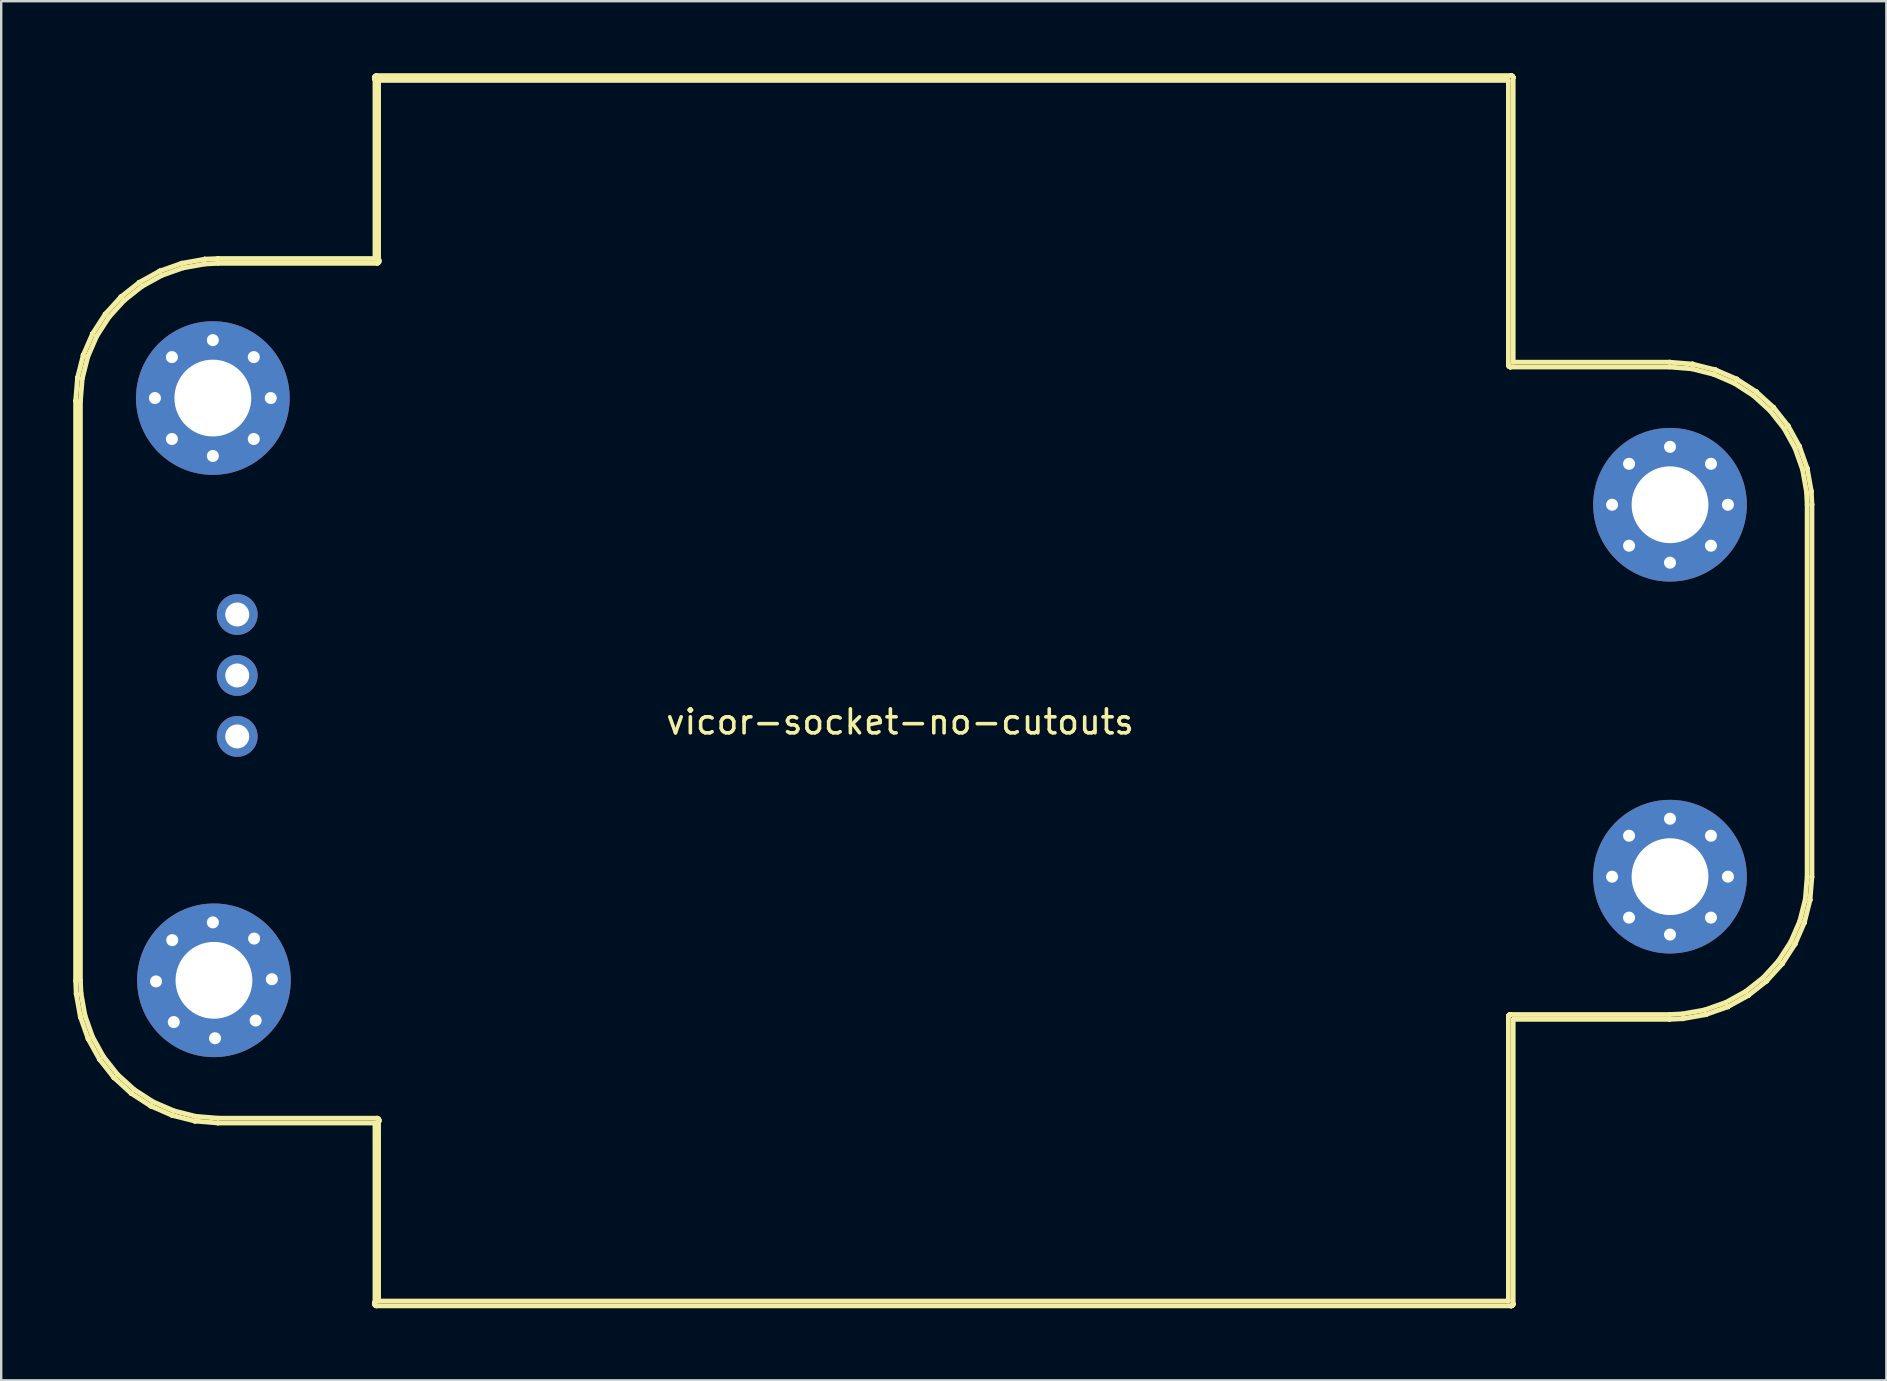
<source format=kicad_pcb>
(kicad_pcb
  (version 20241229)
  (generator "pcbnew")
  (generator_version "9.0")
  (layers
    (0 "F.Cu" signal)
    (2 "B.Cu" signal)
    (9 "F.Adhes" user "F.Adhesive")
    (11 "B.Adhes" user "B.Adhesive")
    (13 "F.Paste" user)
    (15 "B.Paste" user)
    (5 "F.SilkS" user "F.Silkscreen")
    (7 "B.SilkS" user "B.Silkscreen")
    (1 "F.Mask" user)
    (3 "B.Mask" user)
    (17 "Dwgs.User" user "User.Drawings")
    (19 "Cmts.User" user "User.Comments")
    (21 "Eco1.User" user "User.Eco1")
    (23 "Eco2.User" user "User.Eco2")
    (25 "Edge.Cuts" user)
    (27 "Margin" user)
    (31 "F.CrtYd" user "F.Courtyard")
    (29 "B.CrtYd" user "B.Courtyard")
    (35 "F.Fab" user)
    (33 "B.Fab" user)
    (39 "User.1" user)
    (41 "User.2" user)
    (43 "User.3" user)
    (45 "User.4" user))
  (footprint "vicor-socket-no-cutouts"
    (layer "F.Cu")
    (at 5.817 13.533)
    (property "Reference" "vicor-socket-no-cutouts" (at 28.631 13.492 0) (layer "F.SilkS") (effects (font (size 1 1) (thickness 0.15))))
    (attr through_hole)
    (fp_line (start -5.717 0.12) (end -5.716 0.116) (stroke (width 0.2) (type solid)) (layer "F.SilkS"))
    (fp_line (start -5.717 24.268) (end -5.717 0.12) (stroke (width 0.2) (type solid)) (layer "F.SilkS"))
    (fp_line (start -5.717 24.27) (end -5.717 24.268) (stroke (width 0.2) (type solid)) (layer "F.SilkS"))
    (fp_line (start -5.716 0.116) (end -5.638 -0.833) (stroke (width 0.2) (type solid)) (layer "F.SilkS"))
    (fp_line (start -5.691 24.813) (end -5.717 24.27) (stroke (width 0.2) (type solid)) (layer "F.SilkS"))
    (fp_line (start -5.69 24.819) (end -5.691 24.813) (stroke (width 0.2) (type solid)) (layer "F.SilkS"))
    (fp_line (start -5.69 24.824) (end -5.69 24.819) (stroke (width 0.2) (type solid)) (layer "F.SilkS"))
    (fp_line (start -5.69 24.826) (end -5.69 24.824) (stroke (width 0.2) (type solid)) (layer "F.SilkS"))
    (fp_line (start -5.638 -0.836) (end -5.637 -0.843) (stroke (width 0.2) (type solid)) (layer "F.SilkS"))
    (fp_line (start -5.638 -0.833) (end -5.638 -0.836) (stroke (width 0.2) (type solid)) (layer "F.SilkS"))
    (fp_line (start -5.637 -0.843) (end -5.636 -0.849) (stroke (width 0.2) (type solid)) (layer "F.SilkS"))
    (fp_line (start -5.636 -0.849) (end -5.402 -1.778) (stroke (width 0.2) (type solid)) (layer "F.SilkS"))
    (fp_line (start -5.522 25.769) (end -5.69 24.826) (stroke (width 0.2) (type solid)) (layer "F.SilkS"))
    (fp_line (start -5.52 25.776) (end -5.522 25.769) (stroke (width 0.2) (type solid)) (layer "F.SilkS"))
    (fp_line (start -5.518 25.782) (end -5.52 25.776) (stroke (width 0.2) (type solid)) (layer "F.SilkS"))
    (fp_line (start -5.517 0.133) (end -5.517 24.257) (stroke (width 0.2) (type solid)) (layer "F.SilkS"))
    (fp_line (start -5.517 24.257) (end -5.491 24.798) (stroke (width 0.2) (type solid)) (layer "F.SilkS"))
    (fp_line (start -5.517 25.785) (end -5.518 25.782) (stroke (width 0.2) (type solid)) (layer "F.SilkS"))
    (fp_line (start -5.491 24.798) (end -5.326 25.726) (stroke (width 0.2) (type solid)) (layer "F.SilkS"))
    (fp_line (start -5.44 -0.809) (end -5.517 0.133) (stroke (width 0.2) (type solid)) (layer "F.SilkS"))
    (fp_line (start -5.402 -1.78) (end -5.399 -1.787) (stroke (width 0.2) (type solid)) (layer "F.SilkS"))
    (fp_line (start -5.402 -1.778) (end -5.402 -1.78) (stroke (width 0.2) (type solid)) (layer "F.SilkS"))
    (fp_line (start -5.399 -1.787) (end -5.397 -1.794) (stroke (width 0.2) (type solid)) (layer "F.SilkS"))
    (fp_line (start -5.397 -1.794) (end -5.015 -2.671) (stroke (width 0.2) (type solid)) (layer "F.SilkS"))
    (fp_line (start -5.326 25.726) (end -5.012 26.613) (stroke (width 0.2) (type solid)) (layer "F.SilkS"))
    (fp_line (start -5.21 -1.721) (end -5.44 -0.809) (stroke (width 0.2) (type solid)) (layer "F.SilkS"))
    (fp_line (start -5.198 26.687) (end -5.517 25.785) (stroke (width 0.2) (type solid)) (layer "F.SilkS"))
    (fp_line (start -5.195 26.693) (end -5.198 26.687) (stroke (width 0.2) (type solid)) (layer "F.SilkS"))
    (fp_line (start -5.192 26.7) (end -5.195 26.693) (stroke (width 0.2) (type solid)) (layer "F.SilkS"))
    (fp_line (start -5.191 26.702) (end -5.192 26.7) (stroke (width 0.2) (type solid)) (layer "F.SilkS"))
    (fp_line (start -5.015 -2.671) (end -5.014 -2.674) (stroke (width 0.2) (type solid)) (layer "F.SilkS"))
    (fp_line (start -5.014 -2.674) (end -5.011 -2.68) (stroke (width 0.2) (type solid)) (layer "F.SilkS"))
    (fp_line (start -5.012 26.613) (end -4.557 27.436) (stroke (width 0.2) (type solid)) (layer "F.SilkS"))
    (fp_line (start -5.011 -2.68) (end -5.008 -2.686) (stroke (width 0.2) (type solid)) (layer "F.SilkS"))
    (fp_line (start -5.008 -2.686) (end -4.488 -3.49) (stroke (width 0.2) (type solid)) (layer "F.SilkS"))
    (fp_line (start -4.835 -2.584) (end -5.21 -1.721) (stroke (width 0.2) (type solid)) (layer "F.SilkS"))
    (fp_line (start -4.728 27.54) (end -5.191 26.702) (stroke (width 0.2) (type solid)) (layer "F.SilkS"))
    (fp_line (start -4.725 27.546) (end -4.728 27.54) (stroke (width 0.2) (type solid)) (layer "F.SilkS"))
    (fp_line (start -4.721 27.552) (end -4.725 27.546) (stroke (width 0.2) (type solid)) (layer "F.SilkS"))
    (fp_line (start -4.719 27.554) (end -4.721 27.552) (stroke (width 0.2) (type solid)) (layer "F.SilkS"))
    (fp_line (start -4.557 27.436) (end -3.974 28.175) (stroke (width 0.2) (type solid)) (layer "F.SilkS"))
    (fp_line (start -4.488 -3.49) (end -4.486 -3.492) (stroke (width 0.2) (type solid)) (layer "F.SilkS"))
    (fp_line (start -4.486 -3.492) (end -4.482 -3.497) (stroke (width 0.2) (type solid)) (layer "F.SilkS"))
    (fp_line (start -4.482 -3.497) (end -4.478 -3.503) (stroke (width 0.2) (type solid)) (layer "F.SilkS"))
    (fp_line (start -4.478 -3.503) (end -3.833 -4.211) (stroke (width 0.2) (type solid)) (layer "F.SilkS"))
    (fp_line (start -4.324 -3.374) (end -4.835 -2.584) (stroke (width 0.2) (type solid)) (layer "F.SilkS"))
    (fp_line (start -4.126 28.305) (end -4.719 27.554) (stroke (width 0.2) (type solid)) (layer "F.SilkS"))
    (fp_line (start -4.121 28.31) (end -4.126 28.305) (stroke (width 0.2) (type solid)) (layer "F.SilkS"))
    (fp_line (start -4.117 28.316) (end -4.121 28.31) (stroke (width 0.2) (type solid)) (layer "F.SilkS"))
    (fp_line (start -4.115 28.317) (end -4.117 28.316) (stroke (width 0.2) (type solid)) (layer "F.SilkS"))
    (fp_line (start -3.974 28.175) (end -3.278 28.808) (stroke (width 0.2) (type solid)) (layer "F.SilkS"))
    (fp_line (start -3.833 -4.211) (end -3.832 -4.213) (stroke (width 0.2) (type solid)) (layer "F.SilkS"))
    (fp_line (start -3.832 -4.213) (end -3.826 -4.217) (stroke (width 0.2) (type solid)) (layer "F.SilkS"))
    (fp_line (start -3.826 -4.217) (end -3.821 -4.222) (stroke (width 0.2) (type solid)) (layer "F.SilkS"))
    (fp_line (start -3.821 -4.222) (end -3.07 -4.815) (stroke (width 0.2) (type solid)) (layer "F.SilkS"))
    (fp_line (start -3.691 -4.07) (end -4.324 -3.374) (stroke (width 0.2) (type solid)) (layer "F.SilkS"))
    (fp_line (start -3.407 28.962) (end -4.115 28.317) (stroke (width 0.2) (type solid)) (layer "F.SilkS"))
    (fp_line (start -3.401 28.966) (end -3.407 28.962) (stroke (width 0.2) (type solid)) (layer "F.SilkS"))
    (fp_line (start -3.396 28.97) (end -3.401 28.966) (stroke (width 0.2) (type solid)) (layer "F.SilkS"))
    (fp_line (start -3.394 28.972) (end -3.396 28.97) (stroke (width 0.2) (type solid)) (layer "F.SilkS"))
    (fp_line (start -3.278 28.808) (end -2.488 29.319) (stroke (width 0.2) (type solid)) (layer "F.SilkS"))
    (fp_line (start -3.07 -4.815) (end -3.068 -4.817) (stroke (width 0.2) (type solid)) (layer "F.SilkS"))
    (fp_line (start -3.068 -4.817) (end -3.062 -4.821) (stroke (width 0.2) (type solid)) (layer "F.SilkS"))
    (fp_line (start -3.062 -4.821) (end -3.056 -4.824) (stroke (width 0.2) (type solid)) (layer "F.SilkS"))
    (fp_line (start -3.056 -4.824) (end -2.218 -5.287) (stroke (width 0.2) (type solid)) (layer "F.SilkS"))
    (fp_line (start -2.952 -4.653) (end -3.691 -4.07) (stroke (width 0.2) (type solid)) (layer "F.SilkS"))
    (fp_line (start -2.59 29.492) (end -3.394 28.972) (stroke (width 0.2) (type solid)) (layer "F.SilkS"))
    (fp_line (start -2.584 29.495) (end -2.59 29.492) (stroke (width 0.2) (type solid)) (layer "F.SilkS"))
    (fp_line (start -2.578 29.498) (end -2.584 29.495) (stroke (width 0.2) (type solid)) (layer "F.SilkS"))
    (fp_line (start -2.576 29.499) (end -2.578 29.498) (stroke (width 0.2) (type solid)) (layer "F.SilkS"))
    (fp_line (start -2.488 29.319) (end -1.625 29.694) (stroke (width 0.2) (type solid)) (layer "F.SilkS"))
    (fp_line (start -2.218 -5.287) (end -2.216 -5.288) (stroke (width 0.2) (type solid)) (layer "F.SilkS"))
    (fp_line (start -2.216 -5.288) (end -2.21 -5.291) (stroke (width 0.2) (type solid)) (layer "F.SilkS"))
    (fp_line (start -2.21 -5.291) (end -2.203 -5.294) (stroke (width 0.2) (type solid)) (layer "F.SilkS"))
    (fp_line (start -2.203 -5.294) (end -1.301 -5.613) (stroke (width 0.2) (type solid)) (layer "F.SilkS"))
    (fp_line (start -2.129 -5.108) (end -2.952 -4.653) (stroke (width 0.2) (type solid)) (layer "F.SilkS"))
    (fp_line (start -1.698 29.881) (end -2.576 29.499) (stroke (width 0.2) (type solid)) (layer "F.SilkS"))
    (fp_line (start -1.691 29.883) (end -1.698 29.881) (stroke (width 0.2) (type solid)) (layer "F.SilkS"))
    (fp_line (start -1.684 29.886) (end -1.691 29.883) (stroke (width 0.2) (type solid)) (layer "F.SilkS"))
    (fp_line (start -1.682 29.886) (end -1.684 29.886) (stroke (width 0.2) (type solid)) (layer "F.SilkS"))
    (fp_line (start -1.625 29.694) (end -0.713 29.924) (stroke (width 0.2) (type solid)) (layer "F.SilkS"))
    (fp_line (start -1.301 -5.613) (end -1.298 -5.614) (stroke (width 0.2) (type solid)) (layer "F.SilkS"))
    (fp_line (start -1.298 -5.614) (end -1.292 -5.616) (stroke (width 0.2) (type solid)) (layer "F.SilkS"))
    (fp_line (start -1.292 -5.616) (end -1.285 -5.617) (stroke (width 0.2) (type solid)) (layer "F.SilkS"))
    (fp_line (start -1.285 -5.617) (end -0.342 -5.785) (stroke (width 0.2) (type solid)) (layer "F.SilkS"))
    (fp_line (start -1.242 -5.422) (end -2.129 -5.108) (stroke (width 0.2) (type solid)) (layer "F.SilkS"))
    (fp_line (start -0.754 30.12) (end -1.682 29.886) (stroke (width 0.2) (type solid)) (layer "F.SilkS"))
    (fp_line (start -0.747 30.121) (end -0.754 30.12) (stroke (width 0.2) (type solid)) (layer "F.SilkS"))
    (fp_line (start -0.74 30.122) (end -0.747 30.121) (stroke (width 0.2) (type solid)) (layer "F.SilkS"))
    (fp_line (start -0.737 30.122) (end -0.74 30.122) (stroke (width 0.2) (type solid)) (layer "F.SilkS"))
    (fp_line (start -0.713 29.924) (end 0.229 30.001) (stroke (width 0.2) (type solid)) (layer "F.SilkS"))
    (fp_line (start -0.342 -5.785) (end -0.34 -5.786) (stroke (width 0.2) (type solid)) (layer "F.SilkS"))
    (fp_line (start -0.34 -5.786) (end -0.335 -5.786) (stroke (width 0.2) (type solid)) (layer "F.SilkS"))
    (fp_line (start -0.335 -5.786) (end -0.329 -5.787) (stroke (width 0.2) (type solid)) (layer "F.SilkS"))
    (fp_line (start -0.329 -5.787) (end 0.214 -5.812) (stroke (width 0.2) (type solid)) (layer "F.SilkS"))
    (fp_line (start -0.314 -5.587) (end -1.242 -5.422) (stroke (width 0.2) (type solid)) (layer "F.SilkS"))
    (fp_line (start 0.212 30.2) (end -0.737 30.122) (stroke (width 0.2) (type solid)) (layer "F.SilkS"))
    (fp_line (start 0.214 -5.812) (end 0.216 -5.813) (stroke (width 0.2) (type solid)) (layer "F.SilkS"))
    (fp_line (start 0.216 -5.813) (end 6.754 -5.813) (stroke (width 0.2) (type solid)) (layer "F.SilkS"))
    (fp_line (start 0.216 30.201) (end 0.212 30.2) (stroke (width 0.2) (type solid)) (layer "F.SilkS"))
    (fp_line (start 0.227 -5.613) (end -0.314 -5.587) (stroke (width 0.2) (type solid)) (layer "F.SilkS"))
    (fp_line (start 0.229 30.001) (end 6.838 30.001) (stroke (width 0.2) (type solid)) (layer "F.SilkS"))
    (fp_line (start 6.729 -13.351) (end 6.741 -13.384) (stroke (width 0.2) (type solid)) (layer "F.SilkS"))
    (fp_line (start 6.729 -13.315) (end 6.729 -13.351) (stroke (width 0.2) (type solid)) (layer "F.SilkS"))
    (fp_line (start 6.729 37.703) (end 6.741 37.67) (stroke (width 0.2) (type solid)) (layer "F.SilkS"))
    (fp_line (start 6.729 37.739) (end 6.729 37.703) (stroke (width 0.2) (type solid)) (layer "F.SilkS"))
    (fp_line (start 6.741 -13.384) (end 6.764 -13.411) (stroke (width 0.2) (type solid)) (layer "F.SilkS"))
    (fp_line (start 6.741 -13.282) (end 6.729 -13.315) (stroke (width 0.2) (type solid)) (layer "F.SilkS"))
    (fp_line (start 6.741 37.67) (end 6.754 37.655) (stroke (width 0.2) (type solid)) (layer "F.SilkS"))
    (fp_line (start 6.741 37.772) (end 6.729 37.739) (stroke (width 0.2) (type solid)) (layer "F.SilkS"))
    (fp_line (start 6.754 -13.267) (end 6.741 -13.282) (stroke (width 0.2) (type solid)) (layer "F.SilkS"))
    (fp_line (start 6.754 -5.813) (end 6.754 -13.267) (stroke (width 0.2) (type solid)) (layer "F.SilkS"))
    (fp_line (start 6.754 30.201) (end 0.216 30.201) (stroke (width 0.2) (type solid)) (layer "F.SilkS"))
    (fp_line (start 6.754 37.655) (end 6.754 30.201) (stroke (width 0.2) (type solid)) (layer "F.SilkS"))
    (fp_line (start 6.764 -13.411) (end 6.794 -13.428) (stroke (width 0.2) (type solid)) (layer "F.SilkS"))
    (fp_line (start 6.764 37.799) (end 6.741 37.772) (stroke (width 0.2) (type solid)) (layer "F.SilkS"))
    (fp_line (start 6.794 -13.428) (end 6.82 -13.433) (stroke (width 0.2) (type solid)) (layer "F.SilkS"))
    (fp_line (start 6.794 37.816) (end 6.764 37.799) (stroke (width 0.2) (type solid)) (layer "F.SilkS"))
    (fp_line (start 6.82 -13.433) (end 54.082 -13.433) (stroke (width 0.2) (type solid)) (layer "F.SilkS"))
    (fp_line (start 6.82 37.821) (end 6.794 37.816) (stroke (width 0.2) (type solid)) (layer "F.SilkS"))
    (fp_line (start 6.838 -5.613) (end 0.227 -5.613) (stroke (width 0.2) (type solid)) (layer "F.SilkS"))
    (fp_line (start 6.838 30.001) (end 6.864 30.006) (stroke (width 0.2) (type solid)) (layer "F.SilkS"))
    (fp_line (start 6.864 -5.617) (end 6.838 -5.613) (stroke (width 0.2) (type solid)) (layer "F.SilkS"))
    (fp_line (start 6.864 30.006) (end 6.894 30.023) (stroke (width 0.2) (type solid)) (layer "F.SilkS"))
    (fp_line (start 6.894 -5.635) (end 6.864 -5.617) (stroke (width 0.2) (type solid)) (layer "F.SilkS"))
    (fp_line (start 6.894 30.023) (end 6.917 30.05) (stroke (width 0.2) (type solid)) (layer "F.SilkS"))
    (fp_line (start 6.904 -13.233) (end 6.904 -5.779) (stroke (width 0.2) (type solid)) (layer "F.SilkS"))
    (fp_line (start 6.904 -5.779) (end 6.917 -5.764) (stroke (width 0.2) (type solid)) (layer "F.SilkS"))
    (fp_line (start 6.904 30.167) (end 6.904 37.621) (stroke (width 0.2) (type solid)) (layer "F.SilkS"))
    (fp_line (start 6.904 37.621) (end 53.973 37.621) (stroke (width 0.2) (type solid)) (layer "F.SilkS"))
    (fp_line (start 6.917 -5.764) (end 6.929 -5.731) (stroke (width 0.2) (type solid)) (layer "F.SilkS"))
    (fp_line (start 6.917 -5.662) (end 6.894 -5.635) (stroke (width 0.2) (type solid)) (layer "F.SilkS"))
    (fp_line (start 6.917 30.05) (end 6.929 30.083) (stroke (width 0.2) (type solid)) (layer "F.SilkS"))
    (fp_line (start 6.917 30.152) (end 6.904 30.167) (stroke (width 0.2) (type solid)) (layer "F.SilkS"))
    (fp_line (start 6.929 -5.731) (end 6.929 -5.695) (stroke (width 0.2) (type solid)) (layer "F.SilkS"))
    (fp_line (start 6.929 -5.695) (end 6.917 -5.662) (stroke (width 0.2) (type solid)) (layer "F.SilkS"))
    (fp_line (start 6.929 30.083) (end 6.929 30.119) (stroke (width 0.2) (type solid)) (layer "F.SilkS"))
    (fp_line (start 6.929 30.119) (end 6.917 30.152) (stroke (width 0.2) (type solid)) (layer "F.SilkS"))
    (fp_line (start 53.973 -13.233) (end 6.904 -13.233) (stroke (width 0.2) (type solid)) (layer "F.SilkS"))
    (fp_line (start 53.973 -1.413) (end 53.973 -13.233) (stroke (width 0.2) (type solid)) (layer "F.SilkS"))
    (fp_line (start 53.973 -1.377) (end 53.973 -1.413) (stroke (width 0.2) (type solid)) (layer "F.SilkS"))
    (fp_line (start 53.973 25.765) (end 53.976 25.757) (stroke (width 0.2) (type solid)) (layer "F.SilkS"))
    (fp_line (start 53.973 25.774) (end 53.973 25.765) (stroke (width 0.2) (type solid)) (layer "F.SilkS"))
    (fp_line (start 53.973 25.774) (end 53.973 25.774) (stroke (width 0.2) (type solid)) (layer "F.SilkS"))
    (fp_line (start 53.973 37.621) (end 53.973 25.774) (stroke (width 0.2) (type solid)) (layer "F.SilkS"))
    (fp_line (start 53.976 -1.369) (end 53.973 -1.377) (stroke (width 0.2) (type solid)) (layer "F.SilkS"))
    (fp_line (start 53.976 25.757) (end 53.978 25.748) (stroke (width 0.2) (type solid)) (layer "F.SilkS"))
    (fp_line (start 53.978 -1.36) (end 53.976 -1.369) (stroke (width 0.2) (type solid)) (layer "F.SilkS"))
    (fp_line (start 53.978 25.748) (end 53.982 25.741) (stroke (width 0.2) (type solid)) (layer "F.SilkS"))
    (fp_line (start 53.982 -1.353) (end 53.978 -1.36) (stroke (width 0.2) (type solid)) (layer "F.SilkS"))
    (fp_line (start 53.982 25.741) (end 53.985 25.732) (stroke (width 0.2) (type solid)) (layer "F.SilkS"))
    (fp_line (start 53.985 -1.344) (end 53.982 -1.353) (stroke (width 0.2) (type solid)) (layer "F.SilkS"))
    (fp_line (start 53.985 25.732) (end 53.991 25.725) (stroke (width 0.2) (type solid)) (layer "F.SilkS"))
    (fp_line (start 53.991 -1.337) (end 53.985 -1.344) (stroke (width 0.2) (type solid)) (layer "F.SilkS"))
    (fp_line (start 53.991 25.725) (end 53.995 25.718) (stroke (width 0.2) (type solid)) (layer "F.SilkS"))
    (fp_line (start 53.995 -1.33) (end 53.991 -1.337) (stroke (width 0.2) (type solid)) (layer "F.SilkS"))
    (fp_line (start 53.995 25.718) (end 54.002 25.712) (stroke (width 0.2) (type solid)) (layer "F.SilkS"))
    (fp_line (start 54.002 -1.324) (end 53.995 -1.33) (stroke (width 0.2) (type solid)) (layer "F.SilkS"))
    (fp_line (start 54.002 25.712) (end 54.008 25.705) (stroke (width 0.2) (type solid)) (layer "F.SilkS"))
    (fp_line (start 54.008 -1.317) (end 54.002 -1.324) (stroke (width 0.2) (type solid)) (layer "F.SilkS"))
    (fp_line (start 54.008 25.705) (end 54.015 25.701) (stroke (width 0.2) (type solid)) (layer "F.SilkS"))
    (fp_line (start 54.015 -1.313) (end 54.008 -1.317) (stroke (width 0.2) (type solid)) (layer "F.SilkS"))
    (fp_line (start 54.015 25.701) (end 54.022 25.695) (stroke (width 0.2) (type solid)) (layer "F.SilkS"))
    (fp_line (start 54.022 -1.307) (end 54.015 -1.313) (stroke (width 0.2) (type solid)) (layer "F.SilkS"))
    (fp_line (start 54.022 25.695) (end 54.031 25.692) (stroke (width 0.2) (type solid)) (layer "F.SilkS"))
    (fp_line (start 54.031 -1.304) (end 54.022 -1.307) (stroke (width 0.2) (type solid)) (layer "F.SilkS"))
    (fp_line (start 54.031 25.692) (end 54.038 25.688) (stroke (width 0.2) (type solid)) (layer "F.SilkS"))
    (fp_line (start 54.038 -1.3) (end 54.031 -1.304) (stroke (width 0.2) (type solid)) (layer "F.SilkS"))
    (fp_line (start 54.038 25.688) (end 54.047 25.686) (stroke (width 0.2) (type solid)) (layer "F.SilkS"))
    (fp_line (start 54.047 -1.298) (end 54.038 -1.3) (stroke (width 0.2) (type solid)) (layer "F.SilkS"))
    (fp_line (start 54.047 25.686) (end 54.055 25.683) (stroke (width 0.2) (type solid)) (layer "F.SilkS"))
    (fp_line (start 54.055 -1.295) (end 54.047 -1.298) (stroke (width 0.2) (type solid)) (layer "F.SilkS"))
    (fp_line (start 54.055 25.683) (end 54.064 25.683) (stroke (width 0.2) (type solid)) (layer "F.SilkS"))
    (fp_line (start 54.064 -1.295) (end 54.055 -1.295) (stroke (width 0.2) (type solid)) (layer "F.SilkS"))
    (fp_line (start 54.064 -1.295) (end 54.064 -1.295) (stroke (width 0.2) (type solid)) (layer "F.SilkS"))
    (fp_line (start 54.064 25.683) (end 54.064 25.683) (stroke (width 0.2) (type solid)) (layer "F.SilkS"))
    (fp_line (start 54.064 25.683) (end 60.675 25.683) (stroke (width 0.2) (type solid)) (layer "F.SilkS"))
    (fp_line (start 54.082 -13.433) (end 54.082 -13.433) (stroke (width 0.2) (type solid)) (layer "F.SilkS"))
    (fp_line (start 54.082 -13.433) (end 54.091 -13.433) (stroke (width 0.2) (type solid)) (layer "F.SilkS"))
    (fp_line (start 54.082 37.821) (end 6.82 37.821) (stroke (width 0.2) (type solid)) (layer "F.SilkS"))
    (fp_line (start 54.082 37.821) (end 54.082 37.821) (stroke (width 0.2) (type solid)) (layer "F.SilkS"))
    (fp_line (start 54.091 -13.433) (end 54.099 -13.43) (stroke (width 0.2) (type solid)) (layer "F.SilkS"))
    (fp_line (start 54.091 37.821) (end 54.082 37.821) (stroke (width 0.2) (type solid)) (layer "F.SilkS"))
    (fp_line (start 54.099 -13.43) (end 54.108 -13.428) (stroke (width 0.2) (type solid)) (layer "F.SilkS"))
    (fp_line (start 54.099 37.818) (end 54.091 37.821) (stroke (width 0.2) (type solid)) (layer "F.SilkS"))
    (fp_line (start 54.108 -13.428) (end 54.115 -13.424) (stroke (width 0.2) (type solid)) (layer "F.SilkS"))
    (fp_line (start 54.108 37.816) (end 54.099 37.818) (stroke (width 0.2) (type solid)) (layer "F.SilkS"))
    (fp_line (start 54.115 -13.424) (end 54.124 -13.421) (stroke (width 0.2) (type solid)) (layer "F.SilkS"))
    (fp_line (start 54.115 37.812) (end 54.108 37.816) (stroke (width 0.2) (type solid)) (layer "F.SilkS"))
    (fp_line (start 54.124 -13.421) (end 54.131 -13.415) (stroke (width 0.2) (type solid)) (layer "F.SilkS"))
    (fp_line (start 54.124 37.809) (end 54.115 37.812) (stroke (width 0.2) (type solid)) (layer "F.SilkS"))
    (fp_line (start 54.131 -13.415) (end 54.138 -13.411) (stroke (width 0.2) (type solid)) (layer "F.SilkS"))
    (fp_line (start 54.131 37.803) (end 54.124 37.809) (stroke (width 0.2) (type solid)) (layer "F.SilkS"))
    (fp_line (start 54.138 -13.411) (end 54.144 -13.404) (stroke (width 0.2) (type solid)) (layer "F.SilkS"))
    (fp_line (start 54.138 37.799) (end 54.131 37.803) (stroke (width 0.2) (type solid)) (layer "F.SilkS"))
    (fp_line (start 54.144 -13.404) (end 54.151 -13.398) (stroke (width 0.2) (type solid)) (layer "F.SilkS"))
    (fp_line (start 54.144 37.792) (end 54.138 37.799) (stroke (width 0.2) (type solid)) (layer "F.SilkS"))
    (fp_line (start 54.151 -13.398) (end 54.155 -13.39) (stroke (width 0.2) (type solid)) (layer "F.SilkS"))
    (fp_line (start 54.151 37.786) (end 54.144 37.792) (stroke (width 0.2) (type solid)) (layer "F.SilkS"))
    (fp_line (start 54.155 -13.39) (end 54.161 -13.384) (stroke (width 0.2) (type solid)) (layer "F.SilkS"))
    (fp_line (start 54.155 37.779) (end 54.151 37.786) (stroke (width 0.2) (type solid)) (layer "F.SilkS"))
    (fp_line (start 54.161 -13.384) (end 54.164 -13.375) (stroke (width 0.2) (type solid)) (layer "F.SilkS"))
    (fp_line (start 54.161 37.772) (end 54.155 37.779) (stroke (width 0.2) (type solid)) (layer "F.SilkS"))
    (fp_line (start 54.164 -13.375) (end 54.168 -13.368) (stroke (width 0.2) (type solid)) (layer "F.SilkS"))
    (fp_line (start 54.164 37.763) (end 54.161 37.772) (stroke (width 0.2) (type solid)) (layer "F.SilkS"))
    (fp_line (start 54.168 -13.368) (end 54.17 -13.359) (stroke (width 0.2) (type solid)) (layer "F.SilkS"))
    (fp_line (start 54.168 37.756) (end 54.164 37.763) (stroke (width 0.2) (type solid)) (layer "F.SilkS"))
    (fp_line (start 54.17 -13.359) (end 54.173 -13.351) (stroke (width 0.2) (type solid)) (layer "F.SilkS"))
    (fp_line (start 54.17 37.747) (end 54.168 37.756) (stroke (width 0.2) (type solid)) (layer "F.SilkS"))
    (fp_line (start 54.173 -13.351) (end 54.173 -13.342) (stroke (width 0.2) (type solid)) (layer "F.SilkS"))
    (fp_line (start 54.173 -13.342) (end 54.173 -13.342) (stroke (width 0.2) (type solid)) (layer "F.SilkS"))
    (fp_line (start 54.173 -13.342) (end 54.173 -1.495) (stroke (width 0.2) (type solid)) (layer "F.SilkS"))
    (fp_line (start 54.173 -1.495) (end 60.686 -1.495) (stroke (width 0.2) (type solid)) (layer "F.SilkS"))
    (fp_line (start 54.173 25.883) (end 54.173 37.73) (stroke (width 0.2) (type solid)) (layer "F.SilkS"))
    (fp_line (start 54.173 37.73) (end 54.173 37.73) (stroke (width 0.2) (type solid)) (layer "F.SilkS"))
    (fp_line (start 54.173 37.73) (end 54.173 37.739) (stroke (width 0.2) (type solid)) (layer "F.SilkS"))
    (fp_line (start 54.173 37.739) (end 54.17 37.747) (stroke (width 0.2) (type solid)) (layer "F.SilkS"))
    (fp_line (start 60.673 -1.295) (end 54.064 -1.295) (stroke (width 0.2) (type solid)) (layer "F.SilkS"))
    (fp_line (start 60.675 25.683) (end 61.216 25.657) (stroke (width 0.2) (type solid)) (layer "F.SilkS"))
    (fp_line (start 60.686 -1.495) (end 60.69 -1.494) (stroke (width 0.2) (type solid)) (layer "F.SilkS"))
    (fp_line (start 60.686 25.883) (end 54.173 25.883) (stroke (width 0.2) (type solid)) (layer "F.SilkS"))
    (fp_line (start 60.688 25.883) (end 60.686 25.883) (stroke (width 0.2) (type solid)) (layer "F.SilkS"))
    (fp_line (start 60.69 -1.494) (end 61.639 -1.416) (stroke (width 0.2) (type solid)) (layer "F.SilkS"))
    (fp_line (start 61.216 25.657) (end 62.144 25.492) (stroke (width 0.2) (type solid)) (layer "F.SilkS"))
    (fp_line (start 61.231 25.857) (end 60.688 25.883) (stroke (width 0.2) (type solid)) (layer "F.SilkS"))
    (fp_line (start 61.237 25.856) (end 61.231 25.857) (stroke (width 0.2) (type solid)) (layer "F.SilkS"))
    (fp_line (start 61.242 25.856) (end 61.237 25.856) (stroke (width 0.2) (type solid)) (layer "F.SilkS"))
    (fp_line (start 61.244 25.856) (end 61.242 25.856) (stroke (width 0.2) (type solid)) (layer "F.SilkS"))
    (fp_line (start 61.615 -1.218) (end 60.673 -1.295) (stroke (width 0.2) (type solid)) (layer "F.SilkS"))
    (fp_line (start 61.639 -1.416) (end 61.642 -1.416) (stroke (width 0.2) (type solid)) (layer "F.SilkS"))
    (fp_line (start 61.642 -1.416) (end 61.649 -1.415) (stroke (width 0.2) (type solid)) (layer "F.SilkS"))
    (fp_line (start 61.649 -1.415) (end 61.656 -1.413) (stroke (width 0.2) (type solid)) (layer "F.SilkS"))
    (fp_line (start 61.656 -1.413) (end 62.584 -1.18) (stroke (width 0.2) (type solid)) (layer "F.SilkS"))
    (fp_line (start 62.144 25.492) (end 63.031 25.178) (stroke (width 0.2) (type solid)) (layer "F.SilkS"))
    (fp_line (start 62.187 25.688) (end 61.244 25.856) (stroke (width 0.2) (type solid)) (layer "F.SilkS"))
    (fp_line (start 62.194 25.686) (end 62.187 25.688) (stroke (width 0.2) (type solid)) (layer "F.SilkS"))
    (fp_line (start 62.2 25.684) (end 62.194 25.686) (stroke (width 0.2) (type solid)) (layer "F.SilkS"))
    (fp_line (start 62.203 25.683) (end 62.2 25.684) (stroke (width 0.2) (type solid)) (layer "F.SilkS"))
    (fp_line (start 62.527 -0.988) (end 61.615 -1.218) (stroke (width 0.2) (type solid)) (layer "F.SilkS"))
    (fp_line (start 62.584 -1.18) (end 62.586 -1.18) (stroke (width 0.2) (type solid)) (layer "F.SilkS"))
    (fp_line (start 62.586 -1.18) (end 62.593 -1.177) (stroke (width 0.2) (type solid)) (layer "F.SilkS"))
    (fp_line (start 62.593 -1.177) (end 62.6 -1.175) (stroke (width 0.2) (type solid)) (layer "F.SilkS"))
    (fp_line (start 62.6 -1.175) (end 63.478 -0.793) (stroke (width 0.2) (type solid)) (layer "F.SilkS"))
    (fp_line (start 63.031 25.178) (end 63.854 24.723) (stroke (width 0.2) (type solid)) (layer "F.SilkS"))
    (fp_line (start 63.105 25.364) (end 62.203 25.683) (stroke (width 0.2) (type solid)) (layer "F.SilkS"))
    (fp_line (start 63.111 25.361) (end 63.105 25.364) (stroke (width 0.2) (type solid)) (layer "F.SilkS"))
    (fp_line (start 63.118 25.358) (end 63.111 25.361) (stroke (width 0.2) (type solid)) (layer "F.SilkS"))
    (fp_line (start 63.12 25.357) (end 63.118 25.358) (stroke (width 0.2) (type solid)) (layer "F.SilkS"))
    (fp_line (start 63.39 -0.613) (end 62.527 -0.988) (stroke (width 0.2) (type solid)) (layer "F.SilkS"))
    (fp_line (start 63.478 -0.793) (end 63.48 -0.792) (stroke (width 0.2) (type solid)) (layer "F.SilkS"))
    (fp_line (start 63.48 -0.792) (end 63.486 -0.789) (stroke (width 0.2) (type solid)) (layer "F.SilkS"))
    (fp_line (start 63.486 -0.789) (end 63.492 -0.785) (stroke (width 0.2) (type solid)) (layer "F.SilkS"))
    (fp_line (start 63.492 -0.785) (end 64.296 -0.265) (stroke (width 0.2) (type solid)) (layer "F.SilkS"))
    (fp_line (start 63.854 24.723) (end 64.593 24.14) (stroke (width 0.2) (type solid)) (layer "F.SilkS"))
    (fp_line (start 63.958 24.894) (end 63.12 25.357) (stroke (width 0.2) (type solid)) (layer "F.SilkS"))
    (fp_line (start 63.964 24.891) (end 63.958 24.894) (stroke (width 0.2) (type solid)) (layer "F.SilkS"))
    (fp_line (start 63.97 24.887) (end 63.964 24.891) (stroke (width 0.2) (type solid)) (layer "F.SilkS"))
    (fp_line (start 63.972 24.885) (end 63.97 24.887) (stroke (width 0.2) (type solid)) (layer "F.SilkS"))
    (fp_line (start 64.18 -0.102) (end 63.39 -0.613) (stroke (width 0.2) (type solid)) (layer "F.SilkS"))
    (fp_line (start 64.296 -0.265) (end 64.298 -0.264) (stroke (width 0.2) (type solid)) (layer "F.SilkS"))
    (fp_line (start 64.298 -0.264) (end 64.303 -0.26) (stroke (width 0.2) (type solid)) (layer "F.SilkS"))
    (fp_line (start 64.303 -0.26) (end 64.309 -0.255) (stroke (width 0.2) (type solid)) (layer "F.SilkS"))
    (fp_line (start 64.309 -0.255) (end 65.017 0.389) (stroke (width 0.2) (type solid)) (layer "F.SilkS"))
    (fp_line (start 64.593 24.14) (end 65.226 23.444) (stroke (width 0.2) (type solid)) (layer "F.SilkS"))
    (fp_line (start 64.723 24.292) (end 63.972 24.885) (stroke (width 0.2) (type solid)) (layer "F.SilkS"))
    (fp_line (start 64.728 24.287) (end 64.723 24.292) (stroke (width 0.2) (type solid)) (layer "F.SilkS"))
    (fp_line (start 64.734 24.283) (end 64.728 24.287) (stroke (width 0.2) (type solid)) (layer "F.SilkS"))
    (fp_line (start 64.735 24.281) (end 64.734 24.283) (stroke (width 0.2) (type solid)) (layer "F.SilkS"))
    (fp_line (start 64.876 0.531) (end 64.18 -0.102) (stroke (width 0.2) (type solid)) (layer "F.SilkS"))
    (fp_line (start 65.017 0.389) (end 65.019 0.391) (stroke (width 0.2) (type solid)) (layer "F.SilkS"))
    (fp_line (start 65.019 0.391) (end 65.023 0.396) (stroke (width 0.2) (type solid)) (layer "F.SilkS"))
    (fp_line (start 65.023 0.396) (end 65.028 0.401) (stroke (width 0.2) (type solid)) (layer "F.SilkS"))
    (fp_line (start 65.028 0.401) (end 65.621 1.152) (stroke (width 0.2) (type solid)) (layer "F.SilkS"))
    (fp_line (start 65.226 23.444) (end 65.737 22.654) (stroke (width 0.2) (type solid)) (layer "F.SilkS"))
    (fp_line (start 65.38 23.573) (end 64.735 24.281) (stroke (width 0.2) (type solid)) (layer "F.SilkS"))
    (fp_line (start 65.384 23.567) (end 65.38 23.573) (stroke (width 0.2) (type solid)) (layer "F.SilkS"))
    (fp_line (start 65.388 23.562) (end 65.384 23.567) (stroke (width 0.2) (type solid)) (layer "F.SilkS"))
    (fp_line (start 65.39 23.56) (end 65.388 23.562) (stroke (width 0.2) (type solid)) (layer "F.SilkS"))
    (fp_line (start 65.459 1.27) (end 64.876 0.531) (stroke (width 0.2) (type solid)) (layer "F.SilkS"))
    (fp_line (start 65.621 1.152) (end 65.623 1.154) (stroke (width 0.2) (type solid)) (layer "F.SilkS"))
    (fp_line (start 65.623 1.154) (end 65.627 1.16) (stroke (width 0.2) (type solid)) (layer "F.SilkS"))
    (fp_line (start 65.627 1.16) (end 65.63 1.166) (stroke (width 0.2) (type solid)) (layer "F.SilkS"))
    (fp_line (start 65.63 1.166) (end 66.093 2.004) (stroke (width 0.2) (type solid)) (layer "F.SilkS"))
    (fp_line (start 65.737 22.654) (end 66.112 21.791) (stroke (width 0.2) (type solid)) (layer "F.SilkS"))
    (fp_line (start 65.91 22.756) (end 65.39 23.56) (stroke (width 0.2) (type solid)) (layer "F.SilkS"))
    (fp_line (start 65.913 22.75) (end 65.91 22.756) (stroke (width 0.2) (type solid)) (layer "F.SilkS"))
    (fp_line (start 65.914 2.094) (end 65.459 1.27) (stroke (width 0.2) (type solid)) (layer "F.SilkS"))
    (fp_line (start 65.916 22.744) (end 65.913 22.75) (stroke (width 0.2) (type solid)) (layer "F.SilkS"))
    (fp_line (start 65.917 22.742) (end 65.916 22.744) (stroke (width 0.2) (type solid)) (layer "F.SilkS"))
    (fp_line (start 66.093 2.004) (end 66.094 2.006) (stroke (width 0.2) (type solid)) (layer "F.SilkS"))
    (fp_line (start 66.094 2.006) (end 66.097 2.013) (stroke (width 0.2) (type solid)) (layer "F.SilkS"))
    (fp_line (start 66.097 2.013) (end 66.1 2.019) (stroke (width 0.2) (type solid)) (layer "F.SilkS"))
    (fp_line (start 66.1 2.019) (end 66.419 2.921) (stroke (width 0.2) (type solid)) (layer "F.SilkS"))
    (fp_line (start 66.112 21.791) (end 66.342 20.879) (stroke (width 0.2) (type solid)) (layer "F.SilkS"))
    (fp_line (start 66.228 2.98) (end 65.914 2.094) (stroke (width 0.2) (type solid)) (layer "F.SilkS"))
    (fp_line (start 66.299 21.864) (end 65.917 22.742) (stroke (width 0.2) (type solid)) (layer "F.SilkS"))
    (fp_line (start 66.301 21.857) (end 66.299 21.864) (stroke (width 0.2) (type solid)) (layer "F.SilkS"))
    (fp_line (start 66.304 21.848) (end 66.304 21.85) (stroke (width 0.2) (type solid)) (layer "F.SilkS"))
    (fp_line (start 66.304 21.85) (end 66.301 21.857) (stroke (width 0.2) (type solid)) (layer "F.SilkS"))
    (fp_line (start 66.342 20.879) (end 66.419 19.937) (stroke (width 0.2) (type solid)) (layer "F.SilkS"))
    (fp_line (start 66.393 3.909) (end 66.228 2.98) (stroke (width 0.2) (type solid)) (layer "F.SilkS"))
    (fp_line (start 66.419 2.921) (end 66.42 2.924) (stroke (width 0.2) (type solid)) (layer "F.SilkS"))
    (fp_line (start 66.419 4.449) (end 66.393 3.909) (stroke (width 0.2) (type solid)) (layer "F.SilkS"))
    (fp_line (start 66.419 19.937) (end 66.419 4.449) (stroke (width 0.2) (type solid)) (layer "F.SilkS"))
    (fp_line (start 66.42 2.924) (end 66.422 2.93) (stroke (width 0.2) (type solid)) (layer "F.SilkS"))
    (fp_line (start 66.422 2.93) (end 66.424 2.937) (stroke (width 0.2) (type solid)) (layer "F.SilkS"))
    (fp_line (start 66.424 2.937) (end 66.592 3.88) (stroke (width 0.2) (type solid)) (layer "F.SilkS"))
    (fp_line (start 66.538 20.92) (end 66.304 21.848) (stroke (width 0.2) (type solid)) (layer "F.SilkS"))
    (fp_line (start 66.539 20.913) (end 66.538 20.92) (stroke (width 0.2) (type solid)) (layer "F.SilkS"))
    (fp_line (start 66.54 20.903) (end 66.54 20.906) (stroke (width 0.2) (type solid)) (layer "F.SilkS"))
    (fp_line (start 66.54 20.906) (end 66.539 20.913) (stroke (width 0.2) (type solid)) (layer "F.SilkS"))
    (fp_line (start 66.592 3.88) (end 66.592 3.882) (stroke (width 0.2) (type solid)) (layer "F.SilkS"))
    (fp_line (start 66.592 3.882) (end 66.592 3.887) (stroke (width 0.2) (type solid)) (layer "F.SilkS"))
    (fp_line (start 66.592 3.887) (end 66.593 3.893) (stroke (width 0.2) (type solid)) (layer "F.SilkS"))
    (fp_line (start 66.593 3.893) (end 66.619 4.436) (stroke (width 0.2) (type solid)) (layer "F.SilkS"))
    (fp_line (start 66.618 19.954) (end 66.54 20.903) (stroke (width 0.2) (type solid)) (layer "F.SilkS"))
    (fp_line (start 66.619 4.436) (end 66.619 4.438) (stroke (width 0.2) (type solid)) (layer "F.SilkS"))
    (fp_line (start 66.619 4.438) (end 66.619 19.95) (stroke (width 0.2) (type solid)) (layer "F.SilkS"))
    (fp_line (start 66.619 19.95) (end 66.618 19.954) (stroke (width 0.2) (type solid)) (layer "F.SilkS"))
    (pad "1" thru_hole circle (at -2.413 0 90) (size 0.8 0.8) (drill 0.5) (layers "*.Cu" "*.Mask"))
    (pad "1" thru_hole circle (at -1.706 -1.706 45) (size 0.8 0.8) (drill 0.5) (layers "*.Cu" "*.Mask"))
    (pad "1" thru_hole circle (at -1.706 1.706 135) (size 0.8 0.8) (drill 0.5) (layers "*.Cu" "*.Mask"))
    (pad "1" thru_hole circle (at 0 -2.413) (size 0.8 0.8) (drill 0.5) (layers "*.Cu" "*.Mask"))
    (pad "1" thru_hole circle (at 0 0) (size 6.4 6.4) (drill 3.2) (layers "*.Cu" "*.Mask"))
    (pad "1" thru_hole circle (at 0 2.413 180) (size 0.8 0.8) (drill 0.5) (layers "*.Cu" "*.Mask"))
    (pad "1" thru_hole circle (at 1.706 -1.706 315) (size 0.8 0.8) (drill 0.5) (layers "*.Cu" "*.Mask"))
    (pad "1" thru_hole circle (at 1.706 1.706 225) (size 0.8 0.8) (drill 0.5) (layers "*.Cu" "*.Mask"))
    (pad "1" thru_hole circle (at 2.413 0 270) (size 0.8 0.8) (drill 0.5) (layers "*.Cu" "*.Mask"))
    (pad "2" thru_hole circle (at 1.016 9.017) (size 1.7 1.7) (drill 1) (layers "*.Cu" "*.Mask"))
    (pad "3" thru_hole circle (at 1.016 11.557) (size 1.7 1.7) (drill 1) (layers "*.Cu" "*.Mask"))
    (pad "4" thru_hole circle (at 1.016 14.097) (size 1.7 1.7) (drill 1) (layers "*.Cu" "*.Mask"))
    (pad "5" thru_hole circle (at -2.367 24.303 90) (size 0.8 0.8) (drill 0.5) (layers "*.Cu" "*.Mask"))
    (pad "5" thru_hole circle (at -1.693 22.583 45) (size 0.8 0.8) (drill 0.5) (layers "*.Cu" "*.Mask"))
    (pad "5" thru_hole circle (at -1.628 25.996 135) (size 0.8 0.8) (drill 0.5) (layers "*.Cu" "*.Mask"))
    (pad "5" thru_hole circle (at 0 21.844) (size 0.8 0.8) (drill 0.5) (layers "*.Cu" "*.Mask"))
    (pad "5" thru_hole circle (at 0.046 24.257) (size 6.4 6.4) (drill 3.2) (layers "*.Cu" "*.Mask"))
    (pad "5" thru_hole circle (at 0.091 26.67 180) (size 0.8 0.8) (drill 0.5) (layers "*.Cu" "*.Mask"))
    (pad "5" thru_hole circle (at 1.72 22.518 315) (size 0.8 0.8) (drill 0.5) (layers "*.Cu" "*.Mask"))
    (pad "5" thru_hole circle (at 1.784 25.931 225) (size 0.8 0.8) (drill 0.5) (layers "*.Cu" "*.Mask"))
    (pad "5" thru_hole circle (at 2.459 24.211 270) (size 0.8 0.8) (drill 0.5) (layers "*.Cu" "*.Mask"))
    (pad "8" thru_hole circle (at 58.293 19.939 90) (size 0.8 0.8) (drill 0.5) (layers "*.Cu" "*.Mask"))
    (pad "8" thru_hole circle (at 59 18.233 45) (size 0.8 0.8) (drill 0.5) (layers "*.Cu" "*.Mask"))
    (pad "8" thru_hole circle (at 59 21.645 135) (size 0.8 0.8) (drill 0.5) (layers "*.Cu" "*.Mask"))
    (pad "8" thru_hole circle (at 60.706 17.526) (size 0.8 0.8) (drill 0.5) (layers "*.Cu" "*.Mask"))
    (pad "8" thru_hole circle (at 60.706 19.939) (size 6.4 6.4) (drill 3.2) (layers "*.Cu" "*.Mask"))
    (pad "8" thru_hole circle (at 60.706 22.352 180) (size 0.8 0.8) (drill 0.5) (layers "*.Cu" "*.Mask"))
    (pad "8" thru_hole circle (at 62.412 18.233 315) (size 0.8 0.8) (drill 0.5) (layers "*.Cu" "*.Mask"))
    (pad "8" thru_hole circle (at 62.412 21.645 225) (size 0.8 0.8) (drill 0.5) (layers "*.Cu" "*.Mask"))
    (pad "8" thru_hole circle (at 63.119 19.939 270) (size 0.8 0.8) (drill 0.5) (layers "*.Cu" "*.Mask"))
    (pad "9" thru_hole circle (at 58.293 4.445 90) (size 0.8 0.8) (drill 0.5) (layers "*.Cu" "*.Mask"))
    (pad "9" thru_hole circle (at 59 2.739 45) (size 0.8 0.8) (drill 0.5) (layers "*.Cu" "*.Mask"))
    (pad "9" thru_hole circle (at 59 6.151 135) (size 0.8 0.8) (drill 0.5) (layers "*.Cu" "*.Mask"))
    (pad "9" thru_hole circle (at 60.706 2.032) (size 0.8 0.8) (drill 0.5) (layers "*.Cu" "*.Mask"))
    (pad "9" thru_hole circle (at 60.706 4.445) (size 6.4 6.4) (drill 3.2) (layers "*.Cu" "*.Mask"))
    (pad "9" thru_hole circle (at 60.706 6.858 180) (size 0.8 0.8) (drill 0.5) (layers "*.Cu" "*.Mask"))
    (pad "9" thru_hole circle (at 62.412 2.739 315) (size 0.8 0.8) (drill 0.5) (layers "*.Cu" "*.Mask"))
    (pad "9" thru_hole circle (at 62.412 6.151 225) (size 0.8 0.8) (drill 0.5) (layers "*.Cu" "*.Mask"))
    (pad "9" thru_hole circle (at 63.119 4.445 270) (size 0.8 0.8) (drill 0.5) (layers "*.Cu" "*.Mask")))
  (gr_rect
    (start -3 -3)
    (end 75.536 54.454)
    (stroke (width 0.1) (type default))
    (fill no)
    (layer "Edge.Cuts")))
</source>
